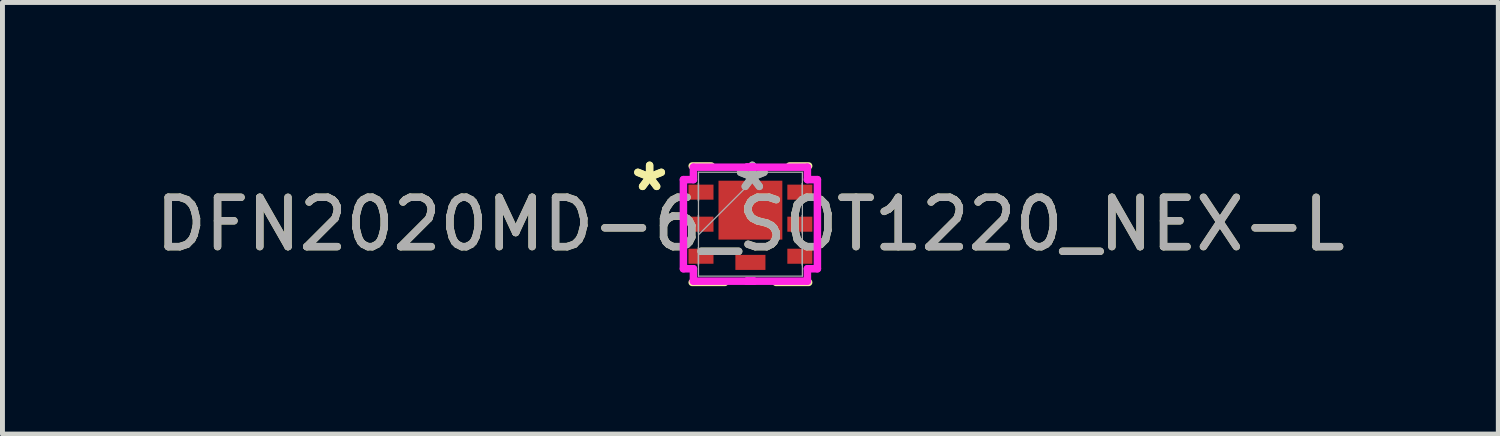
<source format=kicad_pcb>
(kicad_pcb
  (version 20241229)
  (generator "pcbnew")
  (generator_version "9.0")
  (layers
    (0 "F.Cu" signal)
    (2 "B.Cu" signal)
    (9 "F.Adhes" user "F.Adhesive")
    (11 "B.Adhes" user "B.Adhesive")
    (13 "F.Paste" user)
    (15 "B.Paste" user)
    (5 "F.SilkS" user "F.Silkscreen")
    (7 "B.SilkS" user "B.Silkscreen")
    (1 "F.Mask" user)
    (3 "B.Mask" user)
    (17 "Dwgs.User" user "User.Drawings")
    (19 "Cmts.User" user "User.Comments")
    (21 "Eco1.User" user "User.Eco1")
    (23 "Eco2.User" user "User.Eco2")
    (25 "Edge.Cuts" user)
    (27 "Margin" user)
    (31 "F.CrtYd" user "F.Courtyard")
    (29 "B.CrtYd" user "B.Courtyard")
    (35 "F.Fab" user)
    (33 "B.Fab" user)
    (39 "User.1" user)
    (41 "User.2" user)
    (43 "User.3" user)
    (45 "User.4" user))
  (footprint "DFN2020MD-6_SOT1220_NEX-L"
    (layer "F.Cu")
    (at 12.173 1.498)
    (property "Reference" "DFN2020MD-6_SOT1220_NEX-L" (at 0 0 0) (unlocked yes) (layer "F.SilkS") (effects (font (size 1 1) (thickness 0.15))))
    (attr smd)
    (fp_line (start -1.181 1.181) (end -0.52 1.181) (stroke (width 0.152) (type solid)) (layer "F.SilkS"))
    (fp_line (start -0.793 -1.181) (end -1.181 -1.181) (stroke (width 0.152) (type solid)) (layer "F.SilkS"))
    (fp_line (start 0.52 1.181) (end 1.181 1.181) (stroke (width 0.152) (type solid)) (layer "F.SilkS"))
    (fp_line (start 1.181 -1.181) (end 0.793 -1.181) (stroke (width 0.152) (type solid)) (layer "F.SilkS"))
    (fp_line (start -1.359 -0.904) (end -1.156 -0.904) (stroke (width 0.152) (type solid)) (layer "F.CrtYd"))
    (fp_line (start -1.359 0.904) (end -1.359 -0.904) (stroke (width 0.152) (type solid)) (layer "F.CrtYd"))
    (fp_line (start -1.156 -1.156) (end 0.071 -1.156) (stroke (width 0.152) (type solid)) (layer "F.CrtYd"))
    (fp_line (start -1.156 -0.904) (end -1.156 -1.156) (stroke (width 0.152) (type solid)) (layer "F.CrtYd"))
    (fp_line (start -1.156 0.904) (end -1.359 0.904) (stroke (width 0.152) (type solid)) (layer "F.CrtYd"))
    (fp_line (start -1.156 1.156) (end -1.156 0.904) (stroke (width 0.152) (type solid)) (layer "F.CrtYd"))
    (fp_line (start -0.071 -1.156) (end -0.071 -1.156) (stroke (width 0.152) (type solid)) (layer "F.CrtYd"))
    (fp_line (start -0.071 -1.156) (end 1.156 -1.156) (stroke (width 0.152) (type solid)) (layer "F.CrtYd"))
    (fp_line (start -0.071 1.156) (end -0.071 1.156) (stroke (width 0.152) (type solid)) (layer "F.CrtYd"))
    (fp_line (start -0.071 1.156) (end 0.071 1.156) (stroke (width 0.152) (type solid)) (layer "F.CrtYd"))
    (fp_line (start 0.071 -1.156) (end -0.071 -1.156) (stroke (width 0.152) (type solid)) (layer "F.CrtYd"))
    (fp_line (start 0.071 -1.156) (end 0.071 -1.156) (stroke (width 0.152) (type solid)) (layer "F.CrtYd"))
    (fp_line (start 0.071 1.156) (end -1.156 1.156) (stroke (width 0.152) (type solid)) (layer "F.CrtYd"))
    (fp_line (start 0.071 1.156) (end 0.071 1.156) (stroke (width 0.152) (type solid)) (layer "F.CrtYd"))
    (fp_line (start 1.156 -1.156) (end 1.156 -0.904) (stroke (width 0.152) (type solid)) (layer "F.CrtYd"))
    (fp_line (start 1.156 -0.904) (end 1.359 -0.904) (stroke (width 0.152) (type solid)) (layer "F.CrtYd"))
    (fp_line (start 1.156 0.904) (end 1.156 1.156) (stroke (width 0.152) (type solid)) (layer "F.CrtYd"))
    (fp_line (start 1.156 1.156) (end -0.071 1.156) (stroke (width 0.152) (type solid)) (layer "F.CrtYd"))
    (fp_line (start 1.359 -0.904) (end 1.359 0.904) (stroke (width 0.152) (type solid)) (layer "F.CrtYd"))
    (fp_line (start 1.359 0.904) (end 1.156 0.904) (stroke (width 0.152) (type solid)) (layer "F.CrtYd"))
    (fp_line (start -1.054 -1.054) (end -1.054 1.054) (stroke (width 0.025) (type solid)) (layer "F.Fab"))
    (fp_line (start -1.054 -0.828) (end -1.054 -0.828) (stroke (width 0.025) (type solid)) (layer "F.Fab"))
    (fp_line (start -1.054 -0.828) (end -1.054 -0.472) (stroke (width 0.025) (type solid)) (layer "F.Fab"))
    (fp_line (start -1.054 -0.472) (end -1.054 -0.828) (stroke (width 0.025) (type solid)) (layer "F.Fab"))
    (fp_line (start -1.054 -0.472) (end -1.054 -0.472) (stroke (width 0.025) (type solid)) (layer "F.Fab"))
    (fp_line (start -1.054 -0.178) (end -1.054 -0.178) (stroke (width 0.025) (type solid)) (layer "F.Fab"))
    (fp_line (start -1.054 -0.178) (end -1.054 0.178) (stroke (width 0.025) (type solid)) (layer "F.Fab"))
    (fp_line (start -1.054 0.178) (end -1.054 -0.178) (stroke (width 0.025) (type solid)) (layer "F.Fab"))
    (fp_line (start -1.054 0.178) (end -1.054 0.178) (stroke (width 0.025) (type solid)) (layer "F.Fab"))
    (fp_line (start -1.054 0.216) (end 0.216 -1.054) (stroke (width 0.025) (type solid)) (layer "F.Fab"))
    (fp_line (start -1.054 0.472) (end -1.054 0.472) (stroke (width 0.025) (type solid)) (layer "F.Fab"))
    (fp_line (start -1.054 0.472) (end -1.054 0.828) (stroke (width 0.025) (type solid)) (layer "F.Fab"))
    (fp_line (start -1.054 0.828) (end -1.054 0.472) (stroke (width 0.025) (type solid)) (layer "F.Fab"))
    (fp_line (start -1.054 0.828) (end -1.054 0.828) (stroke (width 0.025) (type solid)) (layer "F.Fab"))
    (fp_line (start -1.054 1.054) (end 1.054 1.054) (stroke (width 0.025) (type solid)) (layer "F.Fab"))
    (fp_line (start 1.054 -1.054) (end -1.054 -1.054) (stroke (width 0.025) (type solid)) (layer "F.Fab"))
    (fp_line (start 1.054 -0.828) (end 1.054 -0.828) (stroke (width 0.025) (type solid)) (layer "F.Fab"))
    (fp_line (start 1.054 -0.828) (end 1.054 -0.472) (stroke (width 0.025) (type solid)) (layer "F.Fab"))
    (fp_line (start 1.054 -0.472) (end 1.054 -0.828) (stroke (width 0.025) (type solid)) (layer "F.Fab"))
    (fp_line (start 1.054 -0.472) (end 1.054 -0.472) (stroke (width 0.025) (type solid)) (layer "F.Fab"))
    (fp_line (start 1.054 -0.178) (end 1.054 -0.178) (stroke (width 0.025) (type solid)) (layer "F.Fab"))
    (fp_line (start 1.054 -0.178) (end 1.054 0.178) (stroke (width 0.025) (type solid)) (layer "F.Fab"))
    (fp_line (start 1.054 0.178) (end 1.054 -0.178) (stroke (width 0.025) (type solid)) (layer "F.Fab"))
    (fp_line (start 1.054 0.178) (end 1.054 0.178) (stroke (width 0.025) (type solid)) (layer "F.Fab"))
    (fp_line (start 1.054 0.472) (end 1.054 0.472) (stroke (width 0.025) (type solid)) (layer "F.Fab"))
    (fp_line (start 1.054 0.472) (end 1.054 0.828) (stroke (width 0.025) (type solid)) (layer "F.Fab"))
    (fp_line (start 1.054 0.828) (end 1.054 0.472) (stroke (width 0.025) (type solid)) (layer "F.Fab"))
    (fp_line (start 1.054 0.828) (end 1.054 0.828) (stroke (width 0.025) (type solid)) (layer "F.Fab"))
    (fp_line (start 1.054 1.054) (end 1.054 -1.054) (stroke (width 0.025) (type solid)) (layer "F.Fab"))
    (fp_text user "*" (at -2.045 -0.65 0) (unlocked yes) (layer "F.SilkS") (effects (font (size 1 1) (thickness 0.15))))
    (fp_text user "*" (at -2.045 -0.65 0) (layer "F.SilkS") (effects (font (size 1 1) (thickness 0.15))))
    (fp_text user "*" (at 0.038 -0.65 0) (unlocked yes) (layer "F.Fab") (effects (font (size 1 1) (thickness 0.15))))
    (fp_text user "*" (at 0.038 -0.65 0) (layer "F.Fab") (effects (font (size 1 1) (thickness 0.15))))
    (fp_text user "${REFERENCE}" (at 0 0 0) (unlocked yes) (layer "F.Fab") (effects (font (size 1 1) (thickness 0.15))))
    (pad "1" smd rect (at -1.003 -0.65 90) (size 0.305 0.508) (layers "F.Cu" "F.Mask" "F.Paste"))
    (pad "2" smd rect (at -1.003 0 90) (size 0.305 0.508) (layers "F.Cu" "F.Mask" "F.Paste"))
    (pad "3" smd rect (at -1.003 0.65 90) (size 0.305 0.508) (layers "F.Cu" "F.Mask" "F.Paste"))
    (pad "4" smd rect (at 1.003 0.65 90) (size 0.305 0.508) (layers "F.Cu" "F.Mask" "F.Paste"))
    (pad "5" smd rect (at 1.003 0 90) (size 0.305 0.508) (layers "F.Cu" "F.Mask" "F.Paste"))
    (pad "6" smd rect (at 1.003 -0.65 90) (size 0.305 0.508) (layers "F.Cu" "F.Mask" "F.Paste"))
    (pad "7" smd rect (at 0 -0.285) (size 1.295 1.194) (layers "F.Cu" "F.Mask" "F.Paste"))
    (pad "8" smd rect (at 0 0.775) (size 0.61 0.305) (layers "F.Cu" "F.Mask" "F.Paste")))
  (gr_rect
    (start -3 -3)
    (end 27.345 5.756)
    (stroke (width 0.1) (type default))
    (fill no)
    (layer "Edge.Cuts")))
</source>
